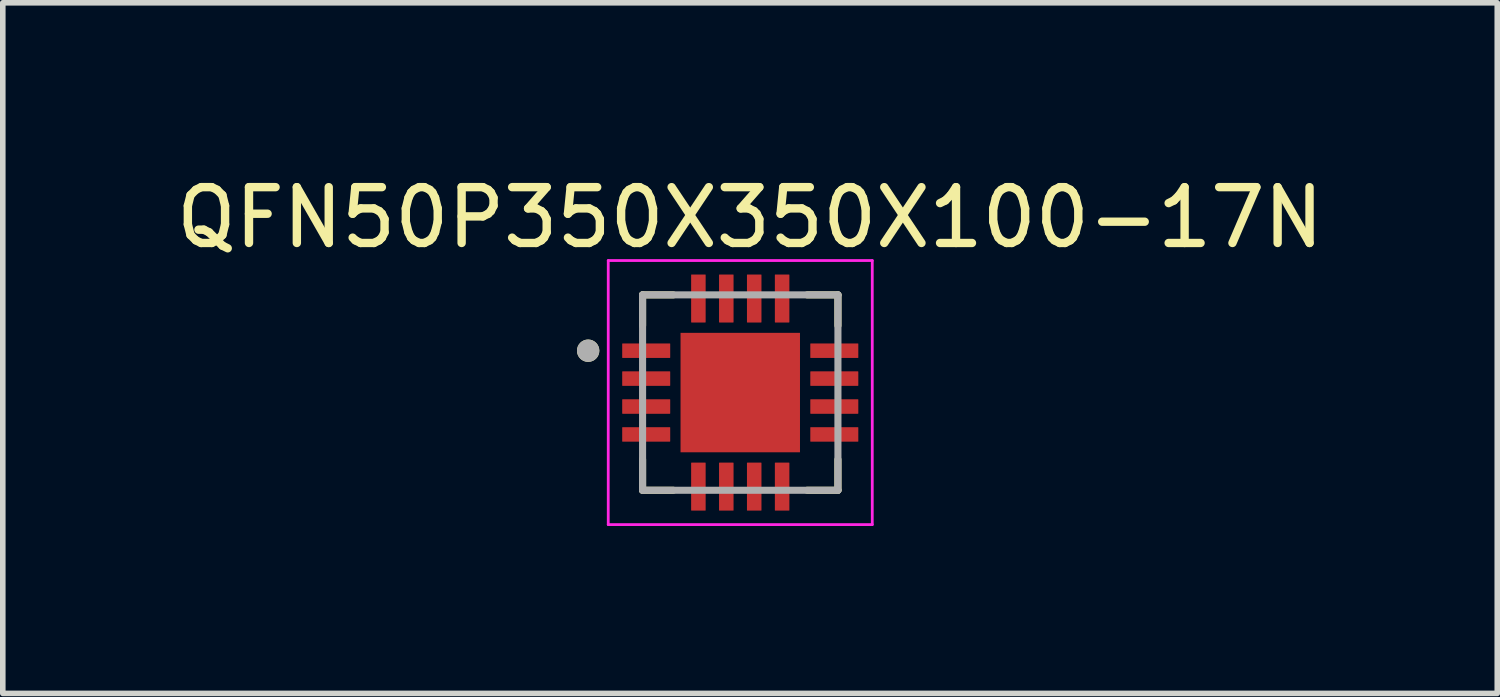
<source format=kicad_pcb>
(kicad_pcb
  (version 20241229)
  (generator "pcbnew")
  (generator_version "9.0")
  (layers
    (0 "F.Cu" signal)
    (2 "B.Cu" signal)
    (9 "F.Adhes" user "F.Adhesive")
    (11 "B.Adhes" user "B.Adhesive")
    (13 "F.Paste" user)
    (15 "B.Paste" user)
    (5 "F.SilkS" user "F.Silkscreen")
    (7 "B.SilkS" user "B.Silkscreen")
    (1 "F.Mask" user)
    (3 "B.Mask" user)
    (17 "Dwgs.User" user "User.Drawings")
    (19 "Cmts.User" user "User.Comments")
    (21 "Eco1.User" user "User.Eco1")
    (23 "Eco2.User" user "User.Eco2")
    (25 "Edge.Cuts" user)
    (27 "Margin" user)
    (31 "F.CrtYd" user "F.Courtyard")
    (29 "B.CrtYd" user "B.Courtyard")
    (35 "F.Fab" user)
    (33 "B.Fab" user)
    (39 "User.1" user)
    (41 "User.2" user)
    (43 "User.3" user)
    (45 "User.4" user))
  (footprint "QFN50P350X350X100-17N"
    (layer "F.Cu")
    (at 10.212 3.983)
    (property "Reference" "QFN50P350X350X100-17N" (at 0.175 -3.135 0) (layer "F.SilkS") (effects (font (size 1 1) (thickness 0.15))))
    (attr smd)
    (fp_line (start -1.75 -1.75) (end -1.75 -1.2) (stroke (width 0.127) (type solid)) (layer "F.SilkS"))
    (fp_line (start -1.75 -1.75) (end -1.2 -1.75) (stroke (width 0.127) (type solid)) (layer "F.SilkS"))
    (fp_line (start -1.75 1.75) (end -1.75 1.2) (stroke (width 0.127) (type solid)) (layer "F.SilkS"))
    (fp_line (start -1.75 1.75) (end -1.2 1.75) (stroke (width 0.127) (type solid)) (layer "F.SilkS"))
    (fp_line (start 1.75 -1.75) (end 1.2 -1.75) (stroke (width 0.127) (type solid)) (layer "F.SilkS"))
    (fp_line (start 1.75 -1.75) (end 1.75 -1.2) (stroke (width 0.127) (type solid)) (layer "F.SilkS"))
    (fp_line (start 1.75 1.75) (end 1.2 1.75) (stroke (width 0.127) (type solid)) (layer "F.SilkS"))
    (fp_line (start 1.75 1.75) (end 1.75 1.2) (stroke (width 0.127) (type solid)) (layer "F.SilkS"))
    (fp_circle (center -2.725 -0.75) (end -2.625 -0.75) (stroke (width 0.2) (type solid)) (fill no) (layer "F.SilkS"))
    (fp_poly (pts (xy -0.68 -0.68) (xy 0.68 -0.68) (xy 0.68 0.68) (xy -0.68 0.68)) (stroke (width 0.01) (type solid)) (fill yes) (layer "F.Paste"))
    (fp_line (start -2.365 -2.365) (end 2.365 -2.365) (stroke (width 0.05) (type solid)) (layer "F.CrtYd"))
    (fp_line (start -2.365 2.365) (end -2.365 -2.365) (stroke (width 0.05) (type solid)) (layer "F.CrtYd"))
    (fp_line (start -2.365 2.365) (end 2.365 2.365) (stroke (width 0.05) (type solid)) (layer "F.CrtYd"))
    (fp_line (start 2.365 2.365) (end 2.365 -2.365) (stroke (width 0.05) (type solid)) (layer "F.CrtYd"))
    (fp_line (start -1.75 1.75) (end -1.75 -1.75) (stroke (width 0.127) (type solid)) (layer "F.Fab"))
    (fp_line (start 1.75 -1.75) (end -1.75 -1.75) (stroke (width 0.127) (type solid)) (layer "F.Fab"))
    (fp_line (start 1.75 1.75) (end -1.75 1.75) (stroke (width 0.127) (type solid)) (layer "F.Fab"))
    (fp_line (start 1.75 1.75) (end 1.75 -1.75) (stroke (width 0.127) (type solid)) (layer "F.Fab"))
    (fp_circle (center -2.725 -0.75) (end -2.625 -0.75) (stroke (width 0.2) (type solid)) (fill no) (layer "F.Fab"))
    (pad "1" smd roundrect (at -1.685 -0.75) (size 0.86 0.26) (layers "F.Cu" "F.Mask" "F.Paste") (roundrect_rratio 0.03))
    (pad "2" smd roundrect (at -1.685 -0.25) (size 0.86 0.26) (layers "F.Cu" "F.Mask" "F.Paste") (roundrect_rratio 0.03))
    (pad "3" smd roundrect (at -1.685 0.25) (size 0.86 0.26) (layers "F.Cu" "F.Mask" "F.Paste") (roundrect_rratio 0.03))
    (pad "4" smd roundrect (at -1.685 0.75) (size 0.86 0.26) (layers "F.Cu" "F.Mask" "F.Paste") (roundrect_rratio 0.03))
    (pad "5" smd roundrect (at -0.75 1.685 90) (size 0.86 0.26) (layers "F.Cu" "F.Mask" "F.Paste") (roundrect_rratio 0.03))
    (pad "6" smd roundrect (at -0.25 1.685 90) (size 0.86 0.26) (layers "F.Cu" "F.Mask" "F.Paste") (roundrect_rratio 0.03))
    (pad "7" smd roundrect (at 0.25 1.685 90) (size 0.86 0.26) (layers "F.Cu" "F.Mask" "F.Paste") (roundrect_rratio 0.03))
    (pad "8" smd roundrect (at 0.75 1.685 90) (size 0.86 0.26) (layers "F.Cu" "F.Mask" "F.Paste") (roundrect_rratio 0.03))
    (pad "9" smd roundrect (at 1.685 0.75) (size 0.86 0.26) (layers "F.Cu" "F.Mask" "F.Paste") (roundrect_rratio 0.03))
    (pad "10" smd roundrect (at 1.685 0.25) (size 0.86 0.26) (layers "F.Cu" "F.Mask" "F.Paste") (roundrect_rratio 0.03))
    (pad "11" smd roundrect (at 1.685 -0.25) (size 0.86 0.26) (layers "F.Cu" "F.Mask" "F.Paste") (roundrect_rratio 0.03))
    (pad "12" smd roundrect (at 1.685 -0.75) (size 0.86 0.26) (layers "F.Cu" "F.Mask" "F.Paste") (roundrect_rratio 0.03))
    (pad "13" smd roundrect (at 0.75 -1.685 90) (size 0.86 0.26) (layers "F.Cu" "F.Mask" "F.Paste") (roundrect_rratio 0.03))
    (pad "14" smd roundrect (at 0.25 -1.685 90) (size 0.86 0.26) (layers "F.Cu" "F.Mask" "F.Paste") (roundrect_rratio 0.03))
    (pad "15" smd roundrect (at -0.25 -1.685 90) (size 0.86 0.26) (layers "F.Cu" "F.Mask" "F.Paste") (roundrect_rratio 0.03))
    (pad "16" smd roundrect (at -0.75 -1.685 90) (size 0.86 0.26) (layers "F.Cu" "F.Mask" "F.Paste") (roundrect_rratio 0.03))
    (pad "17" smd rect (at 0 0) (size 2.14 2.14) (layers "F.Cu" "F.Mask")))
  (gr_rect
    (start -3 -3)
    (end 23.774 9.373)
    (stroke (width 0.1) (type default))
    (fill no)
    (layer "Edge.Cuts")))
</source>
